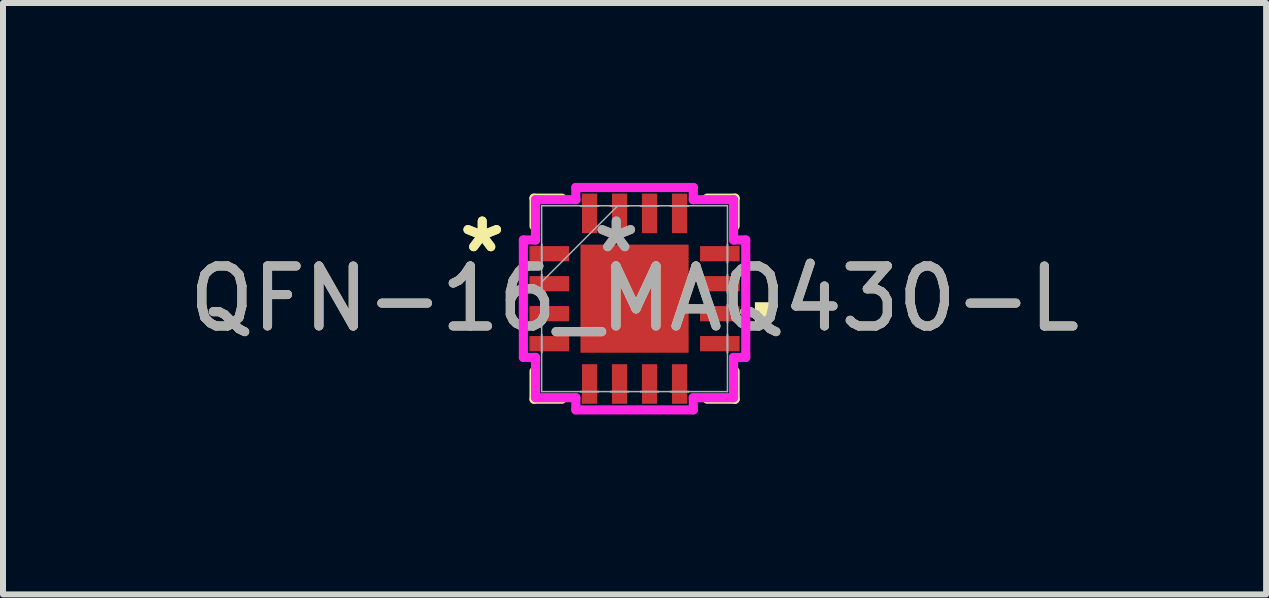
<source format=kicad_pcb>
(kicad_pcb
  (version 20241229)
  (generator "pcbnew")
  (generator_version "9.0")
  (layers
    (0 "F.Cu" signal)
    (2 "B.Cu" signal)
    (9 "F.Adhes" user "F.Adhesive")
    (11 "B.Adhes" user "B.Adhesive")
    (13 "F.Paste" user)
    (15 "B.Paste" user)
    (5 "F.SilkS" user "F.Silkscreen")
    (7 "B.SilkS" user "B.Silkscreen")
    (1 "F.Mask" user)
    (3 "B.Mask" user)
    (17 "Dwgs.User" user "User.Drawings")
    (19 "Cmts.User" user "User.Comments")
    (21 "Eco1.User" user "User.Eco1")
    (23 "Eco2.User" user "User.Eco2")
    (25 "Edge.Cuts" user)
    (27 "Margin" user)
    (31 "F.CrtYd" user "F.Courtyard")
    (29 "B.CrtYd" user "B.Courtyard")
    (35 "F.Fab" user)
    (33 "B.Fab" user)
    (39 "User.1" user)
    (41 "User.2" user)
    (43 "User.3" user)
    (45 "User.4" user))
  (footprint "QFN-16_MAQ430-L"
    (layer "F.Cu")
    (at 7.53 1.93)
    (property "Reference" "QFN-16_MAQ430-L" (at 0 0 0) (unlocked yes) (layer "F.SilkS") (effects (font (size 1 1) (thickness 0.15))))
    (attr smd)
    (fp_line (start -1.676 -1.676) (end -1.676 -1.21) (stroke (width 0.152) (type solid)) (layer "F.SilkS"))
    (fp_line (start -1.676 1.21) (end -1.676 1.676) (stroke (width 0.152) (type solid)) (layer "F.SilkS"))
    (fp_line (start -1.676 1.676) (end -1.21 1.676) (stroke (width 0.152) (type solid)) (layer "F.SilkS"))
    (fp_line (start -1.21 -1.676) (end -1.676 -1.676) (stroke (width 0.152) (type solid)) (layer "F.SilkS"))
    (fp_line (start 1.21 1.676) (end 1.676 1.676) (stroke (width 0.152) (type solid)) (layer "F.SilkS"))
    (fp_line (start 1.676 -1.676) (end 1.21 -1.676) (stroke (width 0.152) (type solid)) (layer "F.SilkS"))
    (fp_line (start 1.676 -1.21) (end 1.676 -1.676) (stroke (width 0.152) (type solid)) (layer "F.SilkS"))
    (fp_line (start 1.676 1.676) (end 1.676 1.21) (stroke (width 0.152) (type solid)) (layer "F.SilkS"))
    (fp_poly (pts (xy 2.261 0.059) (xy 2.261 0.441) (xy 2.007 0.441) (xy 2.007 0.059)) (stroke (width 0) (type solid)) (fill yes) (layer "F.SilkS"))
    (fp_line (start -1.854 -0.979) (end -1.651 -0.979) (stroke (width 0.152) (type solid)) (layer "F.CrtYd"))
    (fp_line (start -1.854 0.979) (end -1.854 -0.979) (stroke (width 0.152) (type solid)) (layer "F.CrtYd"))
    (fp_line (start -1.651 -1.651) (end -0.979 -1.651) (stroke (width 0.152) (type solid)) (layer "F.CrtYd"))
    (fp_line (start -1.651 -0.979) (end -1.651 -1.651) (stroke (width 0.152) (type solid)) (layer "F.CrtYd"))
    (fp_line (start -1.651 0.979) (end -1.854 0.979) (stroke (width 0.152) (type solid)) (layer "F.CrtYd"))
    (fp_line (start -1.651 1.651) (end -1.651 0.979) (stroke (width 0.152) (type solid)) (layer "F.CrtYd"))
    (fp_line (start -0.979 -1.854) (end 0.979 -1.854) (stroke (width 0.152) (type solid)) (layer "F.CrtYd"))
    (fp_line (start -0.979 -1.651) (end -0.979 -1.854) (stroke (width 0.152) (type solid)) (layer "F.CrtYd"))
    (fp_line (start -0.979 1.651) (end -1.651 1.651) (stroke (width 0.152) (type solid)) (layer "F.CrtYd"))
    (fp_line (start -0.979 1.854) (end -0.979 1.651) (stroke (width 0.152) (type solid)) (layer "F.CrtYd"))
    (fp_line (start 0.979 -1.854) (end 0.979 -1.651) (stroke (width 0.152) (type solid)) (layer "F.CrtYd"))
    (fp_line (start 0.979 -1.651) (end 1.651 -1.651) (stroke (width 0.152) (type solid)) (layer "F.CrtYd"))
    (fp_line (start 0.979 1.651) (end 0.979 1.854) (stroke (width 0.152) (type solid)) (layer "F.CrtYd"))
    (fp_line (start 0.979 1.854) (end -0.979 1.854) (stroke (width 0.152) (type solid)) (layer "F.CrtYd"))
    (fp_line (start 1.651 -1.651) (end 1.651 -0.979) (stroke (width 0.152) (type solid)) (layer "F.CrtYd"))
    (fp_line (start 1.651 -0.979) (end 1.854 -0.979) (stroke (width 0.152) (type solid)) (layer "F.CrtYd"))
    (fp_line (start 1.651 0.979) (end 1.651 1.651) (stroke (width 0.152) (type solid)) (layer "F.CrtYd"))
    (fp_line (start 1.651 1.651) (end 0.979 1.651) (stroke (width 0.152) (type solid)) (layer "F.CrtYd"))
    (fp_line (start 1.854 -0.979) (end 1.854 0.979) (stroke (width 0.152) (type solid)) (layer "F.CrtYd"))
    (fp_line (start 1.854 0.979) (end 1.651 0.979) (stroke (width 0.152) (type solid)) (layer "F.CrtYd"))
    (fp_line (start -1.549 -1.549) (end -1.549 1.549) (stroke (width 0.025) (type solid)) (layer "F.Fab"))
    (fp_line (start -1.549 -0.902) (end -1.549 -0.902) (stroke (width 0.025) (type solid)) (layer "F.Fab"))
    (fp_line (start -1.549 -0.902) (end -1.549 -0.598) (stroke (width 0.025) (type solid)) (layer "F.Fab"))
    (fp_line (start -1.549 -0.598) (end -1.549 -0.902) (stroke (width 0.025) (type solid)) (layer "F.Fab"))
    (fp_line (start -1.549 -0.598) (end -1.549 -0.598) (stroke (width 0.025) (type solid)) (layer "F.Fab"))
    (fp_line (start -1.549 -0.402) (end -1.549 -0.402) (stroke (width 0.025) (type solid)) (layer "F.Fab"))
    (fp_line (start -1.549 -0.402) (end -1.549 -0.098) (stroke (width 0.025) (type solid)) (layer "F.Fab"))
    (fp_line (start -1.549 -0.279) (end -0.279 -1.549) (stroke (width 0.025) (type solid)) (layer "F.Fab"))
    (fp_line (start -1.549 -0.098) (end -1.549 -0.402) (stroke (width 0.025) (type solid)) (layer "F.Fab"))
    (fp_line (start -1.549 -0.098) (end -1.549 -0.098) (stroke (width 0.025) (type solid)) (layer "F.Fab"))
    (fp_line (start -1.549 0.098) (end -1.549 0.098) (stroke (width 0.025) (type solid)) (layer "F.Fab"))
    (fp_line (start -1.549 0.098) (end -1.549 0.402) (stroke (width 0.025) (type solid)) (layer "F.Fab"))
    (fp_line (start -1.549 0.402) (end -1.549 0.098) (stroke (width 0.025) (type solid)) (layer "F.Fab"))
    (fp_line (start -1.549 0.402) (end -1.549 0.402) (stroke (width 0.025) (type solid)) (layer "F.Fab"))
    (fp_line (start -1.549 0.598) (end -1.549 0.598) (stroke (width 0.025) (type solid)) (layer "F.Fab"))
    (fp_line (start -1.549 0.598) (end -1.549 0.902) (stroke (width 0.025) (type solid)) (layer "F.Fab"))
    (fp_line (start -1.549 0.902) (end -1.549 0.598) (stroke (width 0.025) (type solid)) (layer "F.Fab"))
    (fp_line (start -1.549 0.902) (end -1.549 0.902) (stroke (width 0.025) (type solid)) (layer "F.Fab"))
    (fp_line (start -1.549 1.549) (end 1.549 1.549) (stroke (width 0.025) (type solid)) (layer "F.Fab"))
    (fp_line (start -0.902 -1.549) (end -0.902 -1.549) (stroke (width 0.025) (type solid)) (layer "F.Fab"))
    (fp_line (start -0.902 -1.549) (end -0.598 -1.549) (stroke (width 0.025) (type solid)) (layer "F.Fab"))
    (fp_line (start -0.902 1.549) (end -0.902 1.549) (stroke (width 0.025) (type solid)) (layer "F.Fab"))
    (fp_line (start -0.902 1.549) (end -0.598 1.549) (stroke (width 0.025) (type solid)) (layer "F.Fab"))
    (fp_line (start -0.598 -1.549) (end -0.902 -1.549) (stroke (width 0.025) (type solid)) (layer "F.Fab"))
    (fp_line (start -0.598 -1.549) (end -0.598 -1.549) (stroke (width 0.025) (type solid)) (layer "F.Fab"))
    (fp_line (start -0.598 1.549) (end -0.902 1.549) (stroke (width 0.025) (type solid)) (layer "F.Fab"))
    (fp_line (start -0.598 1.549) (end -0.598 1.549) (stroke (width 0.025) (type solid)) (layer "F.Fab"))
    (fp_line (start -0.402 -1.549) (end -0.402 -1.549) (stroke (width 0.025) (type solid)) (layer "F.Fab"))
    (fp_line (start -0.402 -1.549) (end -0.098 -1.549) (stroke (width 0.025) (type solid)) (layer "F.Fab"))
    (fp_line (start -0.402 1.549) (end -0.402 1.549) (stroke (width 0.025) (type solid)) (layer "F.Fab"))
    (fp_line (start -0.402 1.549) (end -0.098 1.549) (stroke (width 0.025) (type solid)) (layer "F.Fab"))
    (fp_line (start -0.098 -1.549) (end -0.402 -1.549) (stroke (width 0.025) (type solid)) (layer "F.Fab"))
    (fp_line (start -0.098 -1.549) (end -0.098 -1.549) (stroke (width 0.025) (type solid)) (layer "F.Fab"))
    (fp_line (start -0.098 1.549) (end -0.402 1.549) (stroke (width 0.025) (type solid)) (layer "F.Fab"))
    (fp_line (start -0.098 1.549) (end -0.098 1.549) (stroke (width 0.025) (type solid)) (layer "F.Fab"))
    (fp_line (start 0.098 -1.549) (end 0.098 -1.549) (stroke (width 0.025) (type solid)) (layer "F.Fab"))
    (fp_line (start 0.098 -1.549) (end 0.402 -1.549) (stroke (width 0.025) (type solid)) (layer "F.Fab"))
    (fp_line (start 0.098 1.549) (end 0.098 1.549) (stroke (width 0.025) (type solid)) (layer "F.Fab"))
    (fp_line (start 0.098 1.549) (end 0.402 1.549) (stroke (width 0.025) (type solid)) (layer "F.Fab"))
    (fp_line (start 0.402 -1.549) (end 0.098 -1.549) (stroke (width 0.025) (type solid)) (layer "F.Fab"))
    (fp_line (start 0.402 -1.549) (end 0.402 -1.549) (stroke (width 0.025) (type solid)) (layer "F.Fab"))
    (fp_line (start 0.402 1.549) (end 0.098 1.549) (stroke (width 0.025) (type solid)) (layer "F.Fab"))
    (fp_line (start 0.402 1.549) (end 0.402 1.549) (stroke (width 0.025) (type solid)) (layer "F.Fab"))
    (fp_line (start 0.598 -1.549) (end 0.598 -1.549) (stroke (width 0.025) (type solid)) (layer "F.Fab"))
    (fp_line (start 0.598 -1.549) (end 0.902 -1.549) (stroke (width 0.025) (type solid)) (layer "F.Fab"))
    (fp_line (start 0.598 1.549) (end 0.598 1.549) (stroke (width 0.025) (type solid)) (layer "F.Fab"))
    (fp_line (start 0.598 1.549) (end 0.902 1.549) (stroke (width 0.025) (type solid)) (layer "F.Fab"))
    (fp_line (start 0.902 -1.549) (end 0.598 -1.549) (stroke (width 0.025) (type solid)) (layer "F.Fab"))
    (fp_line (start 0.902 -1.549) (end 0.902 -1.549) (stroke (width 0.025) (type solid)) (layer "F.Fab"))
    (fp_line (start 0.902 1.549) (end 0.598 1.549) (stroke (width 0.025) (type solid)) (layer "F.Fab"))
    (fp_line (start 0.902 1.549) (end 0.902 1.549) (stroke (width 0.025) (type solid)) (layer "F.Fab"))
    (fp_line (start 1.549 -1.549) (end -1.549 -1.549) (stroke (width 0.025) (type solid)) (layer "F.Fab"))
    (fp_line (start 1.549 -0.902) (end 1.549 -0.902) (stroke (width 0.025) (type solid)) (layer "F.Fab"))
    (fp_line (start 1.549 -0.902) (end 1.549 -0.598) (stroke (width 0.025) (type solid)) (layer "F.Fab"))
    (fp_line (start 1.549 -0.598) (end 1.549 -0.902) (stroke (width 0.025) (type solid)) (layer "F.Fab"))
    (fp_line (start 1.549 -0.598) (end 1.549 -0.598) (stroke (width 0.025) (type solid)) (layer "F.Fab"))
    (fp_line (start 1.549 -0.402) (end 1.549 -0.402) (stroke (width 0.025) (type solid)) (layer "F.Fab"))
    (fp_line (start 1.549 -0.402) (end 1.549 -0.098) (stroke (width 0.025) (type solid)) (layer "F.Fab"))
    (fp_line (start 1.549 -0.098) (end 1.549 -0.402) (stroke (width 0.025) (type solid)) (layer "F.Fab"))
    (fp_line (start 1.549 -0.098) (end 1.549 -0.098) (stroke (width 0.025) (type solid)) (layer "F.Fab"))
    (fp_line (start 1.549 0.098) (end 1.549 0.098) (stroke (width 0.025) (type solid)) (layer "F.Fab"))
    (fp_line (start 1.549 0.098) (end 1.549 0.402) (stroke (width 0.025) (type solid)) (layer "F.Fab"))
    (fp_line (start 1.549 0.402) (end 1.549 0.098) (stroke (width 0.025) (type solid)) (layer "F.Fab"))
    (fp_line (start 1.549 0.402) (end 1.549 0.402) (stroke (width 0.025) (type solid)) (layer "F.Fab"))
    (fp_line (start 1.549 0.598) (end 1.549 0.598) (stroke (width 0.025) (type solid)) (layer "F.Fab"))
    (fp_line (start 1.549 0.598) (end 1.549 0.902) (stroke (width 0.025) (type solid)) (layer "F.Fab"))
    (fp_line (start 1.549 0.902) (end 1.549 0.598) (stroke (width 0.025) (type solid)) (layer "F.Fab"))
    (fp_line (start 1.549 0.902) (end 1.549 0.902) (stroke (width 0.025) (type solid)) (layer "F.Fab"))
    (fp_line (start 1.549 1.549) (end 1.549 -1.549) (stroke (width 0.025) (type solid)) (layer "F.Fab"))
    (fp_text user "*" (at -2.54 -0.75 0) (unlocked yes) (layer "F.SilkS") (effects (font (size 1 1) (thickness 0.15))))
    (fp_text user "*" (at -2.54 -0.75 0) (layer "F.SilkS") (effects (font (size 1 1) (thickness 0.15))))
    (fp_text user "*" (at -0.305 -0.75 0) (unlocked yes) (layer "F.Fab") (effects (font (size 1 1) (thickness 0.15))))
    (fp_text user "${REFERENCE}" (at 0 0 0) (unlocked yes) (layer "F.Fab") (effects (font (size 1 1) (thickness 0.15))))
    (fp_text user "*" (at -0.305 -0.75 0) (layer "F.Fab") (effects (font (size 1 1) (thickness 0.15))))
    (pad "1" smd rect (at -1.422 -0.75 90) (size 0.254 0.66) (layers "F.Cu" "F.Mask" "F.Paste"))
    (pad "2" smd rect (at -1.422 -0.25 90) (size 0.254 0.66) (layers "F.Cu" "F.Mask" "F.Paste"))
    (pad "3" smd rect (at -1.422 0.25 90) (size 0.254 0.66) (layers "F.Cu" "F.Mask" "F.Paste"))
    (pad "4" smd rect (at -1.422 0.75 90) (size 0.254 0.66) (layers "F.Cu" "F.Mask" "F.Paste"))
    (pad "5" smd rect (at -0.75 1.422) (size 0.254 0.66) (layers "F.Cu" "F.Mask" "F.Paste"))
    (pad "6" smd rect (at -0.25 1.422) (size 0.254 0.66) (layers "F.Cu" "F.Mask" "F.Paste"))
    (pad "7" smd rect (at 0.25 1.422) (size 0.254 0.66) (layers "F.Cu" "F.Mask" "F.Paste"))
    (pad "8" smd rect (at 0.75 1.422) (size 0.254 0.66) (layers "F.Cu" "F.Mask" "F.Paste"))
    (pad "9" smd rect (at 1.422 0.75 90) (size 0.254 0.66) (layers "F.Cu" "F.Mask" "F.Paste"))
    (pad "10" smd rect (at 1.422 0.25 90) (size 0.254 0.66) (layers "F.Cu" "F.Mask" "F.Paste"))
    (pad "11" smd rect (at 1.422 -0.25 90) (size 0.254 0.66) (layers "F.Cu" "F.Mask" "F.Paste"))
    (pad "12" smd rect (at 1.422 -0.75 90) (size 0.254 0.66) (layers "F.Cu" "F.Mask" "F.Paste"))
    (pad "13" smd rect (at 0.75 -1.422) (size 0.254 0.66) (layers "F.Cu" "F.Mask" "F.Paste"))
    (pad "14" smd rect (at 0.25 -1.422) (size 0.254 0.66) (layers "F.Cu" "F.Mask" "F.Paste"))
    (pad "15" smd rect (at -0.25 -1.422) (size 0.254 0.66) (layers "F.Cu" "F.Mask" "F.Paste"))
    (pad "16" smd rect (at -0.75 -1.422) (size 0.254 0.66) (layers "F.Cu" "F.Mask" "F.Paste"))
    (pad "17" smd rect (at 0 0) (size 1.803 1.803) (layers "F.Cu" "F.Mask" "F.Paste")))
  (gr_rect
    (start -3 -3)
    (end 18.06 6.861)
    (stroke (width 0.1) (type default))
    (fill no)
    (layer "Edge.Cuts")))
</source>
